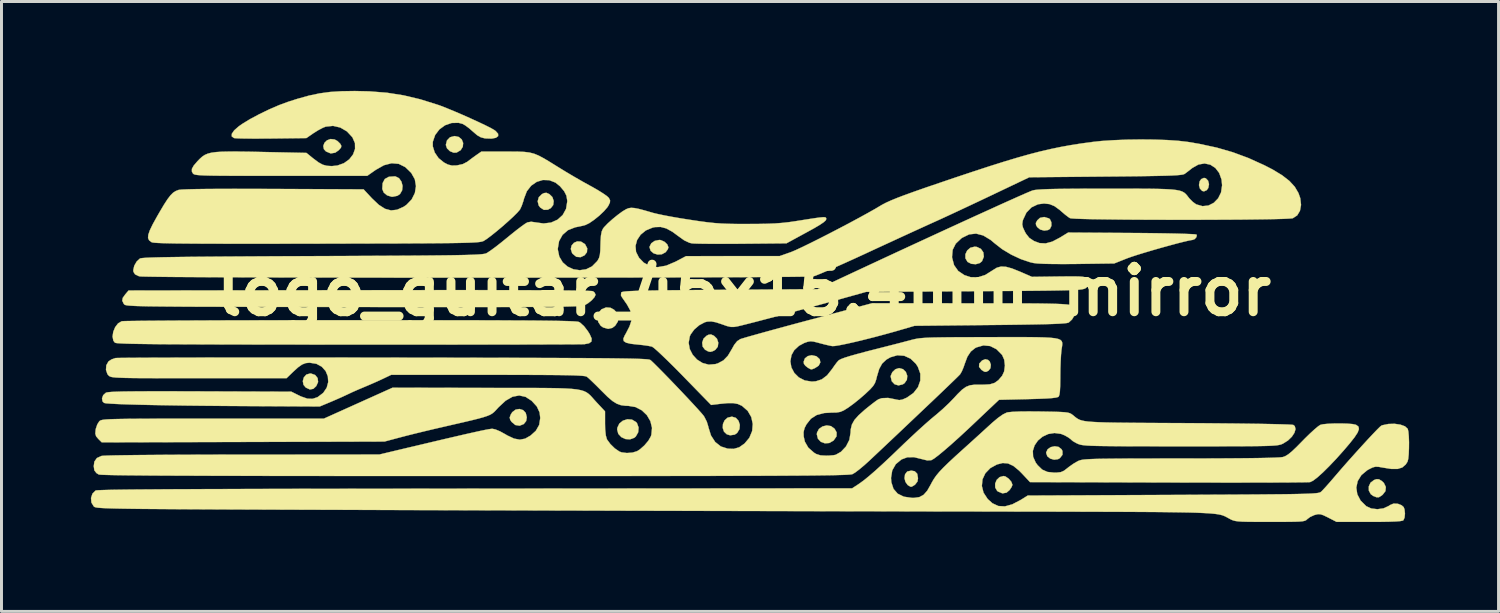
<source format=kicad_pcb>
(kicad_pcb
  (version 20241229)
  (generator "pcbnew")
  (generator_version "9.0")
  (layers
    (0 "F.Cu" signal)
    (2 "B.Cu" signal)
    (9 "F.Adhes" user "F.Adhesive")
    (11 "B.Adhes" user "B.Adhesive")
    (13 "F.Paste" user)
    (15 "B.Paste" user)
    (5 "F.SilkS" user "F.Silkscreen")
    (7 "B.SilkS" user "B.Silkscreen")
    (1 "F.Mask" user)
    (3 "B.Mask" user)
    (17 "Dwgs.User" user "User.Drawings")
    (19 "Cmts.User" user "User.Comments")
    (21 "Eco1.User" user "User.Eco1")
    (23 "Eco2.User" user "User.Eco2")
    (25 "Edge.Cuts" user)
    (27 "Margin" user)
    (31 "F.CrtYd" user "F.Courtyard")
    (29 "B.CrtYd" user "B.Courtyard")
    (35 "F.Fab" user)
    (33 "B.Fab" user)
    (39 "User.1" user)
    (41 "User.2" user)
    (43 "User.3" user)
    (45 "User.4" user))
  (footprint "logo_guitar_45x15.4mm_mirror"
    (layer "F.Cu")
    (at 21.919 6.723)
    (property "Reference" "logo_guitar_45x15.4mm_mirror" (at 0 0 0) (layer "F.SilkS") (effects (font (size 1.524 1.524) (thickness 0.3))))
    (attr through_hole)
    (fp_poly (pts (xy 15.348 -3.763) (xy 15.295 -3.69) (xy 15.271 -3.562) (xy 15.303 -3.444) (xy 15.377 -3.366) (xy 15.439 -3.35) (xy 15.531 -3.391) (xy 15.583 -3.464) (xy 15.607 -3.592) (xy 15.576 -3.71) (xy 15.501 -3.788) (xy 15.439 -3.803) (xy 15.348 -3.763)) (stroke (width 0.01) (type solid)) (fill yes) (layer "F.SilkS"))
    (fp_poly (pts (xy -14.688 2.799) (xy -14.772 2.894) (xy -14.806 3.017) (xy -14.783 3.143) (xy -14.705 3.235) (xy -14.568 3.298) (xy -14.452 3.276) (xy -14.355 3.185) (xy -14.293 3.047) (xy -14.309 2.916) (xy -14.391 2.813) (xy -14.528 2.764) (xy -14.562 2.762) (xy -14.688 2.799)) (stroke (width 0.01) (type solid)) (fill yes) (layer "F.SilkS"))
    (fp_poly (pts (xy -9.864 -5.167) (xy -9.968 -5.06) (xy -10.006 -4.909) (xy -9.966 -4.793) (xy -9.867 -4.698) (xy -9.741 -4.648) (xy -9.644 -4.653) (xy -9.509 -4.732) (xy -9.437 -4.847) (xy -9.425 -4.974) (xy -9.471 -5.091) (xy -9.571 -5.176) (xy -9.712 -5.207) (xy -9.864 -5.167)) (stroke (width 0.01) (type solid)) (fill yes) (layer "F.SilkS"))
    (fp_poly (pts (xy -13.995 -5.063) (xy -14.08 -4.979) (xy -14.119 -4.873) (xy -14.098 -4.766) (xy -14.028 -4.69) (xy -13.87 -4.624) (xy -13.717 -4.649) (xy -13.599 -4.733) (xy -13.526 -4.816) (xy -13.513 -4.877) (xy -13.55 -4.949) (xy -13.643 -5.04) (xy -13.738 -5.092) (xy -13.876 -5.107) (xy -13.995 -5.063)) (stroke (width 0.01) (type solid)) (fill yes) (layer "F.SilkS"))
    (fp_poly (pts (xy -7.662 3.974) (xy -7.776 4.059) (xy -7.826 4.138) (xy -7.863 4.238) (xy -7.846 4.316) (xy -7.799 4.386) (xy -7.674 4.491) (xy -7.529 4.514) (xy -7.391 4.459) (xy -7.31 4.358) (xy -7.289 4.232) (xy -7.324 4.085) (xy -7.413 3.991) (xy -7.533 3.953) (xy -7.662 3.974)) (stroke (width 0.01) (type solid)) (fill yes) (layer "F.SilkS"))
    (fp_poly (pts (xy -5.707 -1.624) (xy -5.785 -1.534) (xy -5.812 -1.417) (xy -5.771 -1.286) (xy -5.748 -1.252) (xy -5.624 -1.153) (xy -5.483 -1.142) (xy -5.353 -1.202) (xy -5.27 -1.308) (xy -5.261 -1.439) (xy -5.328 -1.569) (xy -5.343 -1.585) (xy -5.469 -1.664) (xy -5.596 -1.672) (xy -5.707 -1.624)) (stroke (width 0.01) (type solid)) (fill yes) (layer "F.SilkS"))
    (fp_poly (pts (xy 5.082 2.62) (xy 4.978 2.719) (xy 4.925 2.843) (xy 4.924 2.868) (xy 4.96 3.022) (xy 5.055 3.123) (xy 5.185 3.162) (xy 5.329 3.127) (xy 5.389 3.087) (xy 5.468 2.974) (xy 5.48 2.84) (xy 5.434 2.712) (xy 5.338 2.617) (xy 5.207 2.581) (xy 5.082 2.62)) (stroke (width 0.01) (type solid)) (fill yes) (layer "F.SilkS"))
    (fp_poly (pts (xy 5.48 6.052) (xy 5.406 6.146) (xy 5.388 6.277) (xy 5.419 6.4) (xy 5.495 6.506) (xy 5.59 6.562) (xy 5.614 6.565) (xy 5.666 6.542) (xy 5.74 6.495) (xy 5.823 6.388) (xy 5.841 6.277) (xy 5.814 6.126) (xy 5.731 6.043) (xy 5.614 6.022) (xy 5.48 6.052)) (stroke (width 0.01) (type solid)) (fill yes) (layer "F.SilkS"))
    (fp_poly (pts (xy 9.935 -2.461) (xy 9.843 -2.377) (xy 9.796 -2.288) (xy 9.803 -2.219) (xy 9.843 -2.151) (xy 9.942 -2.069) (xy 10.077 -2.034) (xy 10.207 -2.053) (xy 10.269 -2.092) (xy 10.318 -2.192) (xy 10.316 -2.314) (xy 10.269 -2.416) (xy 10.235 -2.443) (xy 10.076 -2.49) (xy 9.935 -2.461)) (stroke (width 0.01) (type solid)) (fill yes) (layer "F.SilkS"))
    (fp_poly (pts (xy 10.298 5.233) (xy 10.194 5.303) (xy 10.143 5.408) (xy 10.142 5.429) (xy 10.181 5.54) (xy 10.28 5.619) (xy 10.409 5.655) (xy 10.54 5.638) (xy 10.602 5.603) (xy 10.69 5.489) (xy 10.689 5.364) (xy 10.657 5.303) (xy 10.558 5.226) (xy 10.429 5.205) (xy 10.298 5.233)) (stroke (width 0.01) (type solid)) (fill yes) (layer "F.SilkS"))
    (fp_poly (pts (xy -6.71 -3.293) (xy -6.78 -3.258) (xy -6.886 -3.154) (xy -6.924 -3.017) (xy -6.889 -2.876) (xy -6.839 -2.81) (xy -6.714 -2.729) (xy -6.582 -2.735) (xy -6.482 -2.789) (xy -6.402 -2.893) (xy -6.386 -3.027) (xy -6.43 -3.159) (xy -6.531 -3.258) (xy -6.531 -3.258) (xy -6.63 -3.302) (xy -6.71 -3.293)) (stroke (width 0.01) (type solid)) (fill yes) (layer "F.SilkS"))
    (fp_poly (pts (xy -0.55 4.245) (xy -0.65 4.335) (xy -0.705 4.457) (xy -0.712 4.59) (xy -0.671 4.713) (xy -0.577 4.802) (xy -0.465 4.836) (xy -0.311 4.814) (xy -0.229 4.757) (xy -0.152 4.629) (xy -0.139 4.486) (xy -0.182 4.351) (xy -0.272 4.251) (xy -0.402 4.211) (xy -0.407 4.211) (xy -0.55 4.245)) (stroke (width 0.01) (type solid)) (fill yes) (layer "F.SilkS"))
    (fp_poly (pts (xy 2.635 4.54) (xy 2.518 4.622) (xy 2.452 4.745) (xy 2.445 4.805) (xy 2.483 4.952) (xy 2.58 5.055) (xy 2.715 5.105) (xy 2.863 5.095) (xy 3.001 5.016) (xy 3.013 5.005) (xy 3.106 4.871) (xy 3.11 4.739) (xy 3.039 4.614) (xy 2.92 4.528) (xy 2.777 4.505) (xy 2.635 4.54)) (stroke (width 0.01) (type solid)) (fill yes) (layer "F.SilkS"))
    (fp_poly (pts (xy 7.598 -1.458) (xy 7.491 -1.365) (xy 7.432 -1.24) (xy 7.432 -1.105) (xy 7.502 -0.986) (xy 7.508 -0.98) (xy 7.632 -0.918) (xy 7.78 -0.906) (xy 7.916 -0.945) (xy 7.989 -1.006) (xy 8.05 -1.158) (xy 8.034 -1.303) (xy 7.953 -1.42) (xy 7.817 -1.486) (xy 7.742 -1.494) (xy 7.598 -1.458)) (stroke (width 0.01) (type solid)) (fill yes) (layer "F.SilkS"))
    (fp_poly (pts (xy 7.998 2.323) (xy 7.988 2.33) (xy 7.897 2.429) (xy 7.89 2.538) (xy 7.97 2.64) (xy 7.979 2.646) (xy 8.066 2.701) (xy 8.126 2.708) (xy 8.204 2.669) (xy 8.206 2.668) (xy 8.272 2.584) (xy 8.285 2.468) (xy 8.247 2.358) (xy 8.192 2.307) (xy 8.099 2.283) (xy 7.998 2.323)) (stroke (width 0.01) (type solid)) (fill yes) (layer "F.SilkS"))
    (fp_poly (pts (xy -11.918 -3.84) (xy -12.054 -3.766) (xy -12.127 -3.628) (xy -12.139 -3.43) (xy -12.09 -3.31) (xy -11.978 -3.217) (xy -11.829 -3.171) (xy -11.794 -3.169) (xy -11.633 -3.202) (xy -11.545 -3.26) (xy -11.473 -3.385) (xy -11.458 -3.533) (xy -11.496 -3.677) (xy -11.577 -3.792) (xy -11.694 -3.851) (xy -11.715 -3.854) (xy -11.918 -3.84)) (stroke (width 0.01) (type solid)) (fill yes) (layer "F.SilkS"))
    (fp_poly (pts (xy -4.782 0.608) (xy -4.784 0.61) (xy -4.882 0.728) (xy -4.917 0.878) (xy -4.891 1.033) (xy -4.807 1.161) (xy -4.726 1.217) (xy -4.559 1.264) (xy -4.419 1.232) (xy -4.322 1.157) (xy -4.232 1.017) (xy -4.217 0.871) (xy -4.262 0.735) (xy -4.355 0.625) (xy -4.481 0.556) (xy -4.628 0.545) (xy -4.782 0.608)) (stroke (width 0.01) (type solid)) (fill yes) (layer "F.SilkS"))
    (fp_poly (pts (xy -4.063 4.345) (xy -4.183 4.443) (xy -4.249 4.581) (xy -4.256 4.645) (xy -4.217 4.79) (xy -4.115 4.898) (xy -3.976 4.962) (xy -3.824 4.972) (xy -3.682 4.92) (xy -3.63 4.876) (xy -3.55 4.734) (xy -3.537 4.574) (xy -3.591 4.428) (xy -3.622 4.392) (xy -3.759 4.31) (xy -3.913 4.298) (xy -4.063 4.345)) (stroke (width 0.01) (type solid)) (fill yes) (layer "F.SilkS"))
    (fp_poly (pts (xy -2.994 -1.689) (xy -3.111 -1.608) (xy -3.167 -1.497) (xy -3.169 -1.471) (xy -3.131 -1.354) (xy -3.031 -1.27) (xy -2.898 -1.23) (xy -2.757 -1.239) (xy -2.633 -1.306) (xy -2.626 -1.313) (xy -2.559 -1.403) (xy -2.535 -1.471) (xy -2.575 -1.572) (xy -2.672 -1.662) (xy -2.794 -1.715) (xy -2.842 -1.72) (xy -2.994 -1.689)) (stroke (width 0.01) (type solid)) (fill yes) (layer "F.SilkS"))
    (fp_poly (pts (xy 2.141 2.179) (xy 2.044 2.256) (xy 2.003 2.367) (xy 2.013 2.44) (xy 2.061 2.502) (xy 2.147 2.57) (xy 2.234 2.617) (xy 2.277 2.623) (xy 2.321 2.606) (xy 2.379 2.583) (xy 2.508 2.498) (xy 2.563 2.391) (xy 2.542 2.282) (xy 2.441 2.191) (xy 2.419 2.18) (xy 2.273 2.149) (xy 2.141 2.179)) (stroke (width 0.01) (type solid)) (fill yes) (layer "F.SilkS"))
    (fp_poly (pts (xy 8.58 6.24) (xy 8.482 6.333) (xy 8.43 6.458) (xy 8.432 6.589) (xy 8.497 6.701) (xy 8.522 6.721) (xy 8.674 6.785) (xy 8.813 6.761) (xy 8.916 6.672) (xy 8.981 6.574) (xy 9.01 6.5) (xy 9.01 6.497) (xy 8.973 6.396) (xy 8.885 6.293) (xy 8.778 6.219) (xy 8.712 6.203) (xy 8.58 6.24)) (stroke (width 0.01) (type solid)) (fill yes) (layer "F.SilkS"))
    (fp_poly (pts (xy 21.146 6.338) (xy 21.028 6.427) (xy 20.97 6.554) (xy 20.972 6.692) (xy 21.037 6.813) (xy 21.122 6.874) (xy 21.232 6.917) (xy 21.309 6.915) (xy 21.397 6.861) (xy 21.435 6.831) (xy 21.529 6.71) (xy 21.542 6.571) (xy 21.476 6.435) (xy 21.407 6.37) (xy 21.31 6.312) (xy 21.224 6.31) (xy 21.146 6.338)) (stroke (width 0.01) (type solid)) (fill yes) (layer "F.SilkS"))
    (fp_poly (pts (xy -1.187 1.461) (xy -1.256 1.496) (xy -1.358 1.594) (xy -1.402 1.726) (xy -1.386 1.86) (xy -1.306 1.965) (xy -1.305 1.965) (xy -1.204 2.02) (xy -1.132 2.037) (xy -1.044 2.013) (xy -0.958 1.965) (xy -0.878 1.861) (xy -0.862 1.727) (xy -0.906 1.595) (xy -1.007 1.496) (xy -1.007 1.496) (xy -1.106 1.452) (xy -1.187 1.461)) (stroke (width 0.01) (type solid)) (fill yes) (layer "F.SilkS"))
    (fp_poly (pts (xy -11.004 -0.036) (xy -12.05 -0.035) (xy -12.905 -0.034) (xy -20.654 -0.023) (xy -20.763 0.104) (xy -20.849 0.224) (xy -20.866 0.319) (xy -20.817 0.42) (xy -20.808 0.433) (xy -20.798 0.444) (xy -20.784 0.454) (xy -20.76 0.464) (xy -20.723 0.472) (xy -20.669 0.48) (xy -20.594 0.486) (xy -20.494 0.492) (xy -20.364 0.498) (xy -20.201 0.502) (xy -20 0.507) (xy -19.758 0.51) (xy -19.47 0.513) (xy -19.133 0.516) (xy -18.742 0.519) (xy -18.293 0.521) (xy -17.782 0.522) (xy -17.205 0.524) (xy -16.559 0.525) (xy -15.838 0.527) (xy -15.04 0.528) (xy -14.159 0.529) (xy -13.192 0.53) (xy -13.122 0.53) (xy -12.123 0.532) (xy -11.21 0.532) (xy -10.38 0.533) (xy -9.629 0.533) (xy -8.955 0.533) (xy -8.352 0.532) (xy -7.817 0.531) (xy -7.346 0.529) (xy -6.937 0.527) (xy -6.584 0.524) (xy -6.285 0.521) (xy -6.035 0.517) (xy -5.83 0.512) (xy -5.668 0.507) (xy -5.544 0.501) (xy -5.455 0.495) (xy -5.397 0.488) (xy -5.366 0.48) (xy -5.365 0.48) (xy -5.229 0.401) (xy -5.104 0.299) (xy -5.014 0.196) (xy -4.98 0.117) (xy -5.016 0.043) (xy -5.069 0.001) (xy -5.12 -0.006) (xy -5.249 -0.012) (xy -5.455 -0.017) (xy -5.741 -0.022) (xy -6.107 -0.026) (xy -6.554 -0.029) (xy -7.084 -0.032) (xy -7.697 -0.034) (xy -8.394 -0.036) (xy -9.177 -0.037) (xy -10.047 -0.037) (xy -11.004 -0.036)) (stroke (width 0.01) (type solid)) (fill yes) (layer "F.SilkS"))
    (fp_poly (pts (xy -14.042 0.974) (xy -14.839 0.974) (xy -15.609 0.975) (xy -16.345 0.977) (xy -17.043 0.978) (xy -17.699 0.98) (xy -18.307 0.983) (xy -18.863 0.985) (xy -19.361 0.988) (xy -19.798 0.991) (xy -20.168 0.994) (xy -20.467 0.998) (xy -20.689 1.001) (xy -20.83 1.005) (xy -20.885 1.009) (xy -21.007 1.081) (xy -21.104 1.208) (xy -21.168 1.363) (xy -21.191 1.522) (xy -21.165 1.659) (xy -21.114 1.726) (xy -21.093 1.734) (xy -21.048 1.742) (xy -20.974 1.748) (xy -20.868 1.754) (xy -20.726 1.76) (xy -20.545 1.765) (xy -20.32 1.769) (xy -20.049 1.773) (xy -19.727 1.777) (xy -19.35 1.78) (xy -18.915 1.782) (xy -18.418 1.784) (xy -17.856 1.786) (xy -17.223 1.788) (xy -16.518 1.789) (xy -15.735 1.79) (xy -14.872 1.791) (xy -13.925 1.792) (xy -13.293 1.792) (xy -12.459 1.792) (xy -11.649 1.792) (xy -10.865 1.792) (xy -10.114 1.792) (xy -9.401 1.791) (xy -8.729 1.791) (xy -8.104 1.79) (xy -7.53 1.789) (xy -7.013 1.788) (xy -6.556 1.786) (xy -6.166 1.785) (xy -5.846 1.783) (xy -5.602 1.782) (xy -5.438 1.78) (xy -5.358 1.778) (xy -5.354 1.778) (xy -5.199 1.748) (xy -5.119 1.689) (xy -5.112 1.59) (xy -5.176 1.444) (xy -5.239 1.343) (xy -5.362 1.181) (xy -5.485 1.067) (xy -5.543 1.032) (xy -5.577 1.024) (xy -5.642 1.017) (xy -5.741 1.011) (xy -5.878 1.005) (xy -6.058 1) (xy -6.283 0.995) (xy -6.557 0.991) (xy -6.884 0.987) (xy -7.268 0.984) (xy -7.712 0.982) (xy -8.219 0.979) (xy -8.793 0.977) (xy -9.439 0.976) (xy -10.159 0.975) (xy -10.957 0.974) (xy -11.838 0.974) (xy -12.803 0.973) (xy -13.221 0.973) (xy -14.042 0.974)) (stroke (width 0.01) (type solid)) (fill yes) (layer "F.SilkS"))
    (fp_poly (pts (xy -13.503 -6.711) (xy -13.887 -6.687) (xy -14.243 -6.639) (xy -14.599 -6.564) (xy -14.987 -6.456) (xy -15.301 -6.356) (xy -15.607 -6.243) (xy -15.939 -6.099) (xy -16.272 -5.938) (xy -16.582 -5.772) (xy -16.843 -5.612) (xy -16.958 -5.531) (xy -17.109 -5.398) (xy -17.188 -5.284) (xy -17.192 -5.196) (xy -17.118 -5.142) (xy -17.105 -5.138) (xy -17.032 -5.132) (xy -16.882 -5.126) (xy -16.669 -5.123) (xy -16.405 -5.122) (xy -16.105 -5.123) (xy -15.843 -5.125) (xy -14.686 -5.139) (xy -14.44 -5.309) (xy -14.284 -5.406) (xy -14.133 -5.485) (xy -14.038 -5.523) (xy -13.792 -5.549) (xy -13.548 -5.493) (xy -13.325 -5.363) (xy -13.142 -5.166) (xy -13.139 -5.16) (xy -13.056 -4.97) (xy -13.053 -4.775) (xy -13.12 -4.589) (xy -13.247 -4.425) (xy -13.425 -4.297) (xy -13.644 -4.218) (xy -13.833 -4.198) (xy -13.997 -4.208) (xy -14.136 -4.245) (xy -14.277 -4.322) (xy -14.449 -4.45) (xy -14.484 -4.478) (xy -14.684 -4.641) (xy -16.091 -4.671) (xy -16.56 -4.681) (xy -16.947 -4.686) (xy -17.262 -4.687) (xy -17.515 -4.682) (xy -17.716 -4.669) (xy -17.873 -4.648) (xy -17.997 -4.616) (xy -18.096 -4.573) (xy -18.18 -4.517) (xy -18.259 -4.447) (xy -18.342 -4.362) (xy -18.468 -4.215) (xy -18.528 -4.106) (xy -18.529 -4.017) (xy -18.496 -3.955) (xy -18.48 -3.938) (xy -18.455 -3.923) (xy -18.414 -3.911) (xy -18.351 -3.901) (xy -18.258 -3.893) (xy -18.129 -3.886) (xy -17.958 -3.881) (xy -17.737 -3.877) (xy -17.461 -3.875) (xy -17.122 -3.873) (xy -16.713 -3.872) (xy -16.229 -3.872) (xy -15.662 -3.872) (xy -15.539 -3.872) (xy -12.644 -3.872) (xy -12.359 -4.072) (xy -12.083 -4.228) (xy -11.826 -4.295) (xy -11.587 -4.274) (xy -11.366 -4.164) (xy -11.167 -3.97) (xy -11.047 -3.757) (xy -11.008 -3.527) (xy -11.045 -3.295) (xy -11.153 -3.079) (xy -11.33 -2.896) (xy -11.426 -2.831) (xy -11.643 -2.734) (xy -11.846 -2.711) (xy -12.047 -2.765) (xy -12.256 -2.899) (xy -12.484 -3.115) (xy -12.766 -3.418) (xy -15.789 -3.432) (xy -16.491 -3.434) (xy -17.103 -3.435) (xy -17.627 -3.434) (xy -18.064 -3.431) (xy -18.415 -3.426) (xy -18.682 -3.419) (xy -18.865 -3.411) (xy -18.967 -3.4) (xy -18.979 -3.397) (xy -19.072 -3.361) (xy -19.159 -3.305) (xy -19.248 -3.216) (xy -19.348 -3.085) (xy -19.468 -2.9) (xy -19.616 -2.65) (xy -19.694 -2.515) (xy -19.842 -2.248) (xy -19.94 -2.045) (xy -19.992 -1.894) (xy -20 -1.786) (xy -19.965 -1.708) (xy -19.89 -1.65) (xy -19.876 -1.643) (xy -19.842 -1.634) (xy -19.773 -1.626) (xy -19.666 -1.619) (xy -19.517 -1.613) (xy -19.32 -1.608) (xy -19.073 -1.603) (xy -18.771 -1.6) (xy -18.409 -1.597) (xy -17.984 -1.595) (xy -17.491 -1.594) (xy -16.927 -1.593) (xy -16.286 -1.593) (xy -15.565 -1.594) (xy -14.76 -1.595) (xy -14.33 -1.596) (xy -13.512 -1.598) (xy -12.78 -1.6) (xy -12.129 -1.602) (xy -11.553 -1.603) (xy -11.049 -1.606) (xy -10.61 -1.608) (xy -10.233 -1.611) (xy -9.912 -1.614) (xy -9.643 -1.618) (xy -9.42 -1.623) (xy -9.239 -1.628) (xy -9.095 -1.634) (xy -8.983 -1.641) (xy -8.897 -1.649) (xy -8.834 -1.658) (xy -8.789 -1.668) (xy -8.755 -1.679) (xy -8.738 -1.686) (xy -8.633 -1.753) (xy -8.482 -1.866) (xy -8.301 -2.011) (xy -8.107 -2.174) (xy -7.917 -2.342) (xy -7.745 -2.5) (xy -7.61 -2.634) (xy -7.526 -2.73) (xy -7.516 -2.744) (xy -7.459 -2.866) (xy -7.403 -3.029) (xy -7.38 -3.115) (xy -7.287 -3.356) (xy -7.141 -3.542) (xy -6.956 -3.67) (xy -6.749 -3.733) (xy -6.534 -3.726) (xy -6.326 -3.645) (xy -6.173 -3.521) (xy -6.034 -3.355) (xy -5.959 -3.207) (xy -5.932 -3.047) (xy -5.931 -3.009) (xy -5.971 -2.763) (xy -6.084 -2.557) (xy -6.255 -2.401) (xy -6.474 -2.303) (xy -6.726 -2.273) (xy -6.946 -2.303) (xy -7.142 -2.331) (xy -7.268 -2.309) (xy -7.343 -2.265) (xy -7.472 -2.173) (xy -7.64 -2.045) (xy -7.831 -1.892) (xy -7.938 -1.804) (xy -8.14 -1.64) (xy -8.33 -1.491) (xy -8.492 -1.372) (xy -8.61 -1.293) (xy -8.648 -1.272) (xy -8.678 -1.261) (xy -8.723 -1.252) (xy -8.787 -1.243) (xy -8.875 -1.235) (xy -8.991 -1.228) (xy -9.141 -1.222) (xy -9.329 -1.216) (xy -9.559 -1.211) (xy -9.837 -1.206) (xy -10.166 -1.202) (xy -10.553 -1.198) (xy -11.001 -1.194) (xy -11.515 -1.191) (xy -12.1 -1.188) (xy -12.761 -1.185) (xy -13.502 -1.181) (xy -14.328 -1.178) (xy -14.488 -1.177) (xy -15.357 -1.174) (xy -16.14 -1.17) (xy -16.839 -1.166) (xy -17.461 -1.162) (xy -18.008 -1.158) (xy -18.484 -1.154) (xy -18.895 -1.149) (xy -19.243 -1.144) (xy -19.533 -1.139) (xy -19.768 -1.133) (xy -19.954 -1.127) (xy -20.093 -1.12) (xy -20.19 -1.112) (xy -20.25 -1.104) (xy -20.272 -1.097) (xy -20.382 -0.996) (xy -20.463 -0.854) (xy -20.496 -0.709) (xy -20.491 -0.653) (xy -20.437 -0.566) (xy -20.315 -0.507) (xy -20.287 -0.499) (xy -20.225 -0.494) (xy -20.077 -0.49) (xy -19.848 -0.486) (xy -19.543 -0.482) (xy -19.166 -0.478) (xy -18.723 -0.475) (xy -18.217 -0.472) (xy -17.654 -0.469) (xy -17.039 -0.467) (xy -16.376 -0.464) (xy -15.669 -0.462) (xy -14.925 -0.46) (xy -14.147 -0.459) (xy -13.34 -0.457) (xy -12.508 -0.456) (xy -11.658 -0.455) (xy -10.793 -0.455) (xy -9.918 -0.454) (xy -9.038 -0.454) (xy -8.158 -0.455) (xy -7.282 -0.455) (xy -6.415 -0.456) (xy -5.562 -0.456) (xy -4.728 -0.458) (xy -3.918 -0.459) (xy -3.135 -0.461) (xy -2.385 -0.462) (xy -1.673 -0.465) (xy -1.004 -0.467) (xy -0.381 -0.469) (xy 0.189 -0.472) (xy 0.703 -0.475) (xy 1.156 -0.479) (xy 1.542 -0.482) (xy 1.858 -0.486) (xy 2.098 -0.49) (xy 2.257 -0.495) (xy 2.331 -0.499) (xy 2.334 -0.5) (xy 2.415 -0.527) (xy 2.568 -0.589) (xy 2.783 -0.68) (xy 3.05 -0.797) (xy 3.358 -0.934) (xy 3.698 -1.088) (xy 4.06 -1.254) (xy 4.145 -1.294) (xy 4.534 -1.474) (xy 4.925 -1.654) (xy 5.302 -1.828) (xy 5.653 -1.989) (xy 5.964 -2.131) (xy 6.22 -2.248) (xy 6.407 -2.332) (xy 6.616 -2.427) (xy 6.889 -2.553) (xy 7.209 -2.702) (xy 7.558 -2.866) (xy 7.918 -3.035) (xy 8.272 -3.203) (xy 8.308 -3.22) (xy 9.576 -3.824) (xy 12.137 -3.848) (xy 12.694 -3.853) (xy 13.168 -3.858) (xy 13.564 -3.864) (xy 13.891 -3.87) (xy 14.155 -3.876) (xy 14.362 -3.883) (xy 14.52 -3.892) (xy 14.635 -3.902) (xy 14.715 -3.913) (xy 14.766 -3.926) (xy 14.792 -3.939) (xy 14.887 -4.01) (xy 15.009 -4.105) (xy 15.048 -4.136) (xy 15.254 -4.252) (xy 15.459 -4.287) (xy 15.652 -4.246) (xy 15.82 -4.137) (xy 15.949 -3.969) (xy 16.029 -3.746) (xy 16.047 -3.554) (xy 16.012 -3.315) (xy 15.914 -3.116) (xy 15.768 -2.966) (xy 15.589 -2.875) (xy 15.389 -2.854) (xy 15.182 -2.913) (xy 15.173 -2.918) (xy 15.065 -2.996) (xy 14.951 -3.11) (xy 14.92 -3.149) (xy 14.872 -3.212) (xy 14.825 -3.265) (xy 14.773 -3.309) (xy 14.707 -3.345) (xy 14.621 -3.374) (xy 14.506 -3.396) (xy 14.354 -3.413) (xy 14.159 -3.425) (xy 13.912 -3.433) (xy 13.606 -3.438) (xy 13.233 -3.44) (xy 12.786 -3.441) (xy 12.257 -3.441) (xy 12.188 -3.441) (xy 11.641 -3.441) (xy 11.177 -3.439) (xy 10.79 -3.436) (xy 10.473 -3.432) (xy 10.219 -3.426) (xy 10.021 -3.418) (xy 9.872 -3.408) (xy 9.766 -3.397) (xy 9.694 -3.382) (xy 9.685 -3.38) (xy 9.607 -3.349) (xy 9.454 -3.284) (xy 9.231 -3.186) (xy 8.945 -3.058) (xy 8.602 -2.904) (xy 8.21 -2.725) (xy 7.773 -2.527) (xy 7.299 -2.31) (xy 6.794 -2.078) (xy 6.265 -1.834) (xy 5.717 -1.581) (xy 5.157 -1.322) (xy 4.591 -1.059) (xy 4.027 -0.796) (xy 3.645 -0.618) (xy 2.468 -0.068) (xy -0.805 -0.045) (xy -1.437 -0.041) (xy -1.983 -0.036) (xy -2.451 -0.032) (xy -2.847 -0.027) (xy -3.175 -0.022) (xy -3.443 -0.017) (xy -3.657 -0.01) (xy -3.821 -0.003) (xy -3.943 0.005) (xy -4.028 0.014) (xy -4.082 0.025) (xy -4.112 0.037) (xy -4.12 0.045) (xy -4.129 0.141) (xy -4.095 0.203) (xy -3.926 0.446) (xy -3.818 0.644) (xy -3.769 0.819) (xy -3.778 0.991) (xy -3.842 1.183) (xy -3.961 1.415) (xy -4.005 1.491) (xy -4.049 1.597) (xy -4.035 1.674) (xy -3.954 1.728) (xy -3.798 1.765) (xy -3.591 1.788) (xy -3.396 1.808) (xy -3.224 1.832) (xy -3.103 1.856) (xy -3.08 1.864) (xy -3.02 1.906) (xy -2.906 2.005) (xy -2.748 2.153) (xy -2.554 2.34) (xy -2.333 2.558) (xy -2.095 2.799) (xy -2.034 2.862) (xy -1.102 3.818) (xy -0.811 3.782) (xy -0.551 3.757) (xy -0.357 3.757) (xy -0.207 3.785) (xy -0.079 3.842) (xy -0.063 3.851) (xy 0.125 4.016) (xy 0.245 4.223) (xy 0.295 4.455) (xy 0.275 4.693) (xy 0.181 4.92) (xy 0.019 5.113) (xy -0.16 5.239) (xy -0.343 5.292) (xy -0.544 5.285) (xy -0.776 5.211) (xy -0.966 5.061) (xy -1.107 4.843) (xy -1.194 4.565) (xy -1.198 4.541) (xy -1.247 4.381) (xy -1.33 4.217) (xy -1.356 4.178) (xy -1.424 4.096) (xy -1.542 3.964) (xy -1.7 3.792) (xy -1.887 3.591) (xy -2.092 3.374) (xy -2.305 3.15) (xy -2.515 2.932) (xy -2.712 2.73) (xy -2.885 2.555) (xy -3.023 2.418) (xy -3.115 2.331) (xy -3.142 2.309) (xy -3.161 2.301) (xy -3.197 2.293) (xy -3.255 2.286) (xy -3.336 2.28) (xy -3.446 2.274) (xy -3.588 2.269) (xy -3.764 2.264) (xy -3.98 2.26) (xy -4.239 2.256) (xy -4.544 2.252) (xy -4.899 2.249) (xy -5.308 2.246) (xy -5.775 2.244) (xy -6.302 2.241) (xy -6.894 2.239) (xy -7.554 2.237) (xy -8.286 2.236) (xy -9.094 2.234) (xy -9.981 2.232) (xy -10.952 2.231) (xy -12.008 2.229) (xy -12.089 2.229) (xy -12.979 2.228) (xy -13.847 2.227) (xy -14.687 2.227) (xy -15.495 2.227) (xy -16.267 2.227) (xy -16.997 2.227) (xy -17.683 2.227) (xy -18.319 2.228) (xy -18.901 2.229) (xy -19.424 2.231) (xy -19.884 2.232) (xy -20.277 2.234) (xy -20.597 2.236) (xy -20.842 2.238) (xy -21.006 2.24) (xy -21.085 2.243) (xy -21.09 2.243) (xy -21.223 2.288) (xy -21.328 2.357) (xy -21.401 2.486) (xy -21.412 2.641) (xy -21.363 2.784) (xy -21.32 2.834) (xy -21.298 2.851) (xy -21.269 2.866) (xy -21.225 2.879) (xy -21.16 2.889) (xy -21.068 2.898) (xy -20.941 2.904) (xy -20.774 2.91) (xy -20.558 2.914) (xy -20.289 2.917) (xy -19.958 2.918) (xy -19.559 2.92) (xy -19.086 2.92) (xy -18.532 2.92) (xy -18.289 2.92) (xy -15.352 2.92) (xy -15.135 2.71) (xy -14.966 2.556) (xy -14.831 2.461) (xy -14.709 2.413) (xy -14.58 2.4) (xy -14.35 2.436) (xy -14.168 2.535) (xy -14.039 2.681) (xy -13.966 2.858) (xy -13.953 3.049) (xy -14.004 3.24) (xy -14.121 3.413) (xy -14.309 3.555) (xy -14.316 3.558) (xy -14.479 3.613) (xy -14.654 3.606) (xy -14.863 3.534) (xy -14.941 3.497) (xy -15.19 3.373) (xy -18.246 3.362) (xy -18.876 3.36) (xy -19.421 3.359) (xy -19.886 3.359) (xy -20.278 3.361) (xy -20.601 3.363) (xy -20.862 3.367) (xy -21.066 3.373) (xy -21.218 3.38) (xy -21.325 3.389) (xy -21.391 3.4) (xy -21.416 3.408) (xy -21.506 3.49) (xy -21.545 3.597) (xy -21.528 3.698) (xy -21.475 3.75) (xy -21.406 3.763) (xy -21.25 3.775) (xy -21.012 3.787) (xy -20.697 3.799) (xy -20.308 3.81) (xy -19.849 3.82) (xy -19.326 3.829) (xy -18.742 3.838) (xy -18.101 3.845) (xy -17.408 3.851) (xy -16.667 3.856) (xy -16.322 3.858) (xy -14.239 3.869) (xy -13.893 3.725) (xy -13.69 3.638) (xy -13.482 3.546) (xy -13.313 3.467) (xy -13.304 3.463) (xy -13.132 3.382) (xy -12.924 3.291) (xy -12.745 3.216) (xy -12.533 3.126) (xy -12.301 3.024) (xy -12.134 2.947) (xy -11.84 2.807) (xy -8.601 2.807) (xy -7.967 2.807) (xy -7.416 2.808) (xy -6.945 2.81) (xy -6.546 2.812) (xy -6.215 2.815) (xy -5.944 2.819) (xy -5.729 2.824) (xy -5.562 2.831) (xy -5.439 2.839) (xy -5.354 2.848) (xy -5.3 2.859) (xy -5.272 2.871) (xy -5.207 2.926) (xy -5.094 3.033) (xy -4.949 3.174) (xy -4.788 3.336) (xy -4.778 3.346) (xy -4.576 3.546) (xy -4.412 3.686) (xy -4.269 3.775) (xy -4.129 3.825) (xy -3.974 3.846) (xy -3.881 3.848) (xy -3.64 3.888) (xy -3.428 3.998) (xy -3.258 4.161) (xy -3.14 4.363) (xy -3.086 4.587) (xy -3.108 4.818) (xy -3.127 4.876) (xy -3.209 5.019) (xy -3.341 5.175) (xy -3.492 5.309) (xy -3.586 5.369) (xy -3.742 5.417) (xy -3.93 5.431) (xy -4.106 5.409) (xy -4.18 5.382) (xy -4.335 5.276) (xy -4.486 5.128) (xy -4.596 4.978) (xy -4.6 4.971) (xy -4.637 4.841) (xy -4.659 4.632) (xy -4.663 4.441) (xy -4.663 4.033) (xy -4.939 3.738) (xy -5.023 3.646) (xy -5.093 3.566) (xy -5.157 3.497) (xy -5.221 3.44) (xy -5.292 3.391) (xy -5.377 3.352) (xy -5.482 3.321) (xy -5.615 3.296) (xy -5.783 3.278) (xy -5.991 3.265) (xy -6.248 3.256) (xy -6.559 3.251) (xy -6.932 3.248) (xy -7.373 3.247) (xy -7.889 3.247) (xy -8.487 3.246) (xy -8.659 3.246) (xy -11.794 3.239) (xy -12.949 3.759) (xy -14.104 4.279) (xy -17.826 4.279) (xy -18.493 4.279) (xy -19.076 4.279) (xy -19.579 4.279) (xy -20.01 4.28) (xy -20.374 4.282) (xy -20.677 4.284) (xy -20.924 4.288) (xy -21.123 4.292) (xy -21.278 4.297) (xy -21.396 4.304) (xy -21.482 4.312) (xy -21.543 4.322) (xy -21.584 4.333) (xy -21.612 4.346) (xy -21.631 4.362) (xy -21.639 4.369) (xy -21.704 4.472) (xy -21.752 4.614) (xy -21.759 4.649) (xy -21.77 4.781) (xy -21.743 4.87) (xy -21.671 4.956) (xy -21.553 5.073) (xy -16.81 5.06) (xy -12.066 5.046) (xy -11.545 4.907) (xy -11.323 4.849) (xy -11.04 4.778) (xy -10.723 4.701) (xy -10.4 4.624) (xy -10.187 4.575) (xy -9.759 4.476) (xy -9.41 4.396) (xy -9.131 4.33) (xy -8.911 4.275) (xy -8.742 4.228) (xy -8.615 4.186) (xy -8.519 4.146) (xy -8.447 4.103) (xy -8.387 4.055) (xy -8.332 3.999) (xy -8.271 3.932) (xy -8.24 3.898) (xy -8 3.675) (xy -7.769 3.542) (xy -7.545 3.499) (xy -7.329 3.546) (xy -7.125 3.679) (xy -6.952 3.868) (xy -6.859 4.069) (xy -6.837 4.256) (xy -6.873 4.488) (xy -6.985 4.685) (xy -7.162 4.845) (xy -7.344 4.949) (xy -7.523 4.983) (xy -7.717 4.947) (xy -7.944 4.841) (xy -8.014 4.799) (xy -8.187 4.704) (xy -8.341 4.64) (xy -8.442 4.618) (xy -8.492 4.622) (xy -8.573 4.634) (xy -8.69 4.656) (xy -8.85 4.689) (xy -9.058 4.735) (xy -9.322 4.794) (xy -9.646 4.869) (xy -10.038 4.96) (xy -10.503 5.07) (xy -11.047 5.199) (xy -11.295 5.257) (xy -12.244 5.483) (xy -16.818 5.484) (xy -17.545 5.485) (xy -18.226 5.487) (xy -18.857 5.489) (xy -19.433 5.492) (xy -19.951 5.496) (xy -20.405 5.5) (xy -20.791 5.505) (xy -21.104 5.51) (xy -21.34 5.516) (xy -21.495 5.523) (xy -21.562 5.529) (xy -21.718 5.6) (xy -21.802 5.721) (xy -21.822 5.872) (xy -21.803 6.012) (xy -21.732 6.104) (xy -21.656 6.151) (xy -21.622 6.156) (xy -21.539 6.162) (xy -21.406 6.166) (xy -21.221 6.171) (xy -20.98 6.175) (xy -20.682 6.179) (xy -20.326 6.182) (xy -19.907 6.186) (xy -19.425 6.189) (xy -18.877 6.191) (xy -18.261 6.193) (xy -17.575 6.196) (xy -16.816 6.197) (xy -15.982 6.199) (xy -15.072 6.2) (xy -14.082 6.201) (xy -13.011 6.202) (xy -11.857 6.202) (xy -10.617 6.203) (xy -9.289 6.203) (xy -9.034 6.203) (xy -7.755 6.203) (xy -6.563 6.203) (xy -5.456 6.202) (xy -4.43 6.202) (xy -3.482 6.201) (xy -2.61 6.201) (xy -1.811 6.2) (xy -1.08 6.199) (xy -0.416 6.197) (xy 0.184 6.196) (xy 0.724 6.194) (xy 1.207 6.192) (xy 1.636 6.189) (xy 2.014 6.187) (xy 2.343 6.184) (xy 2.627 6.18) (xy 2.869 6.177) (xy 3.072 6.173) (xy 3.239 6.168) (xy 3.373 6.164) (xy 3.476 6.159) (xy 3.553 6.153) (xy 3.606 6.147) (xy 3.637 6.141) (xy 3.644 6.138) (xy 3.736 6.083) (xy 3.874 5.978) (xy 4.04 5.839) (xy 4.215 5.681) (xy 4.222 5.674) (xy 4.715 5.21) (xy 5.176 4.775) (xy 5.599 4.374) (xy 5.983 4.01) (xy 6.324 3.687) (xy 6.617 3.408) (xy 6.86 3.175) (xy 7.048 2.994) (xy 7.178 2.867) (xy 7.247 2.797) (xy 7.255 2.788) (xy 7.266 2.768) (xy 5.919 2.768) (xy 5.918 3.002) (xy 5.84 3.223) (xy 5.688 3.417) (xy 5.47 3.57) (xy 5.453 3.578) (xy 5.315 3.638) (xy 5.211 3.655) (xy 5.101 3.636) (xy 5.073 3.628) (xy 4.837 3.582) (xy 4.629 3.59) (xy 4.513 3.629) (xy 4.437 3.679) (xy 4.312 3.773) (xy 4.158 3.895) (xy 4.057 3.977) (xy 3.848 4.164) (xy 3.706 4.324) (xy 3.622 4.476) (xy 3.583 4.639) (xy 3.577 4.754) (xy 3.536 4.993) (xy 3.423 5.213) (xy 3.256 5.39) (xy 3.079 5.491) (xy 2.997 5.506) (xy 2.861 5.517) (xy 2.757 5.52) (xy 2.569 5.51) (xy 2.427 5.465) (xy 2.354 5.422) (xy 2.159 5.251) (xy 2.044 5.051) (xy 2.004 4.875) (xy 2 4.721) (xy 2.036 4.588) (xy 2.099 4.466) (xy 2.247 4.279) (xy 2.441 4.155) (xy 2.692 4.089) (xy 2.929 4.075) (xy 3.107 4.071) (xy 3.233 4.05) (xy 3.348 4.001) (xy 3.491 3.912) (xy 3.515 3.895) (xy 3.677 3.777) (xy 3.868 3.624) (xy 4.052 3.465) (xy 4.089 3.431) (xy 4.238 3.29) (xy 4.334 3.182) (xy 4.395 3.084) (xy 4.436 2.969) (xy 4.463 2.858) (xy 4.538 2.609) (xy 4.638 2.428) (xy 4.779 2.296) (xy 4.914 2.218) (xy 5.148 2.15) (xy 5.379 2.167) (xy 5.591 2.264) (xy 5.769 2.435) (xy 5.836 2.538) (xy 5.919 2.768) (xy 7.266 2.768) (xy 7.311 2.692) (xy 7.372 2.547) (xy 7.406 2.446) (xy 7.498 2.199) (xy 7.613 2.025) (xy 7.761 1.907) (xy 7.805 1.885) (xy 8.037 1.819) (xy 8.264 1.841) (xy 8.476 1.948) (xy 8.662 2.137) (xy 8.664 2.139) (xy 8.735 2.3) (xy 8.758 2.497) (xy 8.732 2.693) (xy 8.665 2.838) (xy 8.539 2.986) (xy 8.411 3.078) (xy 8.255 3.125) (xy 8.046 3.138) (xy 7.959 3.137) (xy 7.749 3.137) (xy 7.587 3.158) (xy 7.452 3.211) (xy 7.319 3.306) (xy 7.167 3.455) (xy 7.055 3.577) (xy 6.882 3.756) (xy 6.673 3.953) (xy 6.465 4.134) (xy 6.407 4.181) (xy 6.264 4.3) (xy 6.073 4.468) (xy 5.848 4.671) (xy 5.607 4.895) (xy 5.364 5.124) (xy 5.297 5.189) (xy 4.95 5.522) (xy 4.657 5.797) (xy 4.411 6.021) (xy 4.204 6.2) (xy 4.029 6.343) (xy 3.876 6.455) (xy 3.819 6.493) (xy 3.631 6.616) (xy -9.017 6.626) (xy -10.354 6.628) (xy -11.604 6.629) (xy -12.767 6.63) (xy -13.848 6.632) (xy -14.847 6.633) (xy -15.767 6.635) (xy -16.612 6.637) (xy -17.382 6.64) (xy -18.081 6.642) (xy -18.711 6.645) (xy -19.275 6.647) (xy -19.773 6.651) (xy -20.21 6.654) (xy -20.588 6.657) (xy -20.908 6.661) (xy -21.173 6.665) (xy -21.386 6.67) (xy -21.549 6.675) (xy -21.665 6.68) (xy -21.735 6.685) (xy -21.761 6.69) (xy -21.866 6.795) (xy -21.914 6.94) (xy -21.901 7.093) (xy -21.823 7.221) (xy -21.818 7.226) (xy -21.806 7.235) (xy -21.789 7.244) (xy -21.763 7.252) (xy -21.726 7.26) (xy -21.673 7.267) (xy -21.601 7.273) (xy -21.506 7.279) (xy -21.386 7.284) (xy -21.237 7.289) (xy -21.055 7.294) (xy -20.837 7.298) (xy -20.579 7.302) (xy -20.278 7.306) (xy -19.931 7.309) (xy -19.533 7.312) (xy -19.082 7.315) (xy -18.575 7.318) (xy -18.006 7.321) (xy -17.374 7.324) (xy -16.675 7.327) (xy -15.905 7.33) (xy -15.06 7.333) (xy -14.138 7.336) (xy -13.135 7.339) (xy -12.047 7.343) (xy -11.212 7.346) (xy -10.106 7.349) (xy -8.947 7.353) (xy -7.746 7.356) (xy -6.512 7.36) (xy -5.254 7.363) (xy -3.982 7.367) (xy -2.705 7.37) (xy -1.433 7.373) (xy -0.176 7.376) (xy 1.058 7.379) (xy 2.259 7.382) (xy 3.418 7.385) (xy 4.524 7.387) (xy 5.57 7.39) (xy 6.544 7.392) (xy 7.438 7.393) (xy 7.516 7.393) (xy 8.536 7.395) (xy 9.47 7.397) (xy 10.322 7.398) (xy 11.095 7.4) (xy 11.793 7.402) (xy 12.421 7.404) (xy 12.983 7.406) (xy 13.482 7.409) (xy 13.922 7.412) (xy 14.309 7.417) (xy 14.644 7.422) (xy 14.934 7.427) (xy 15.181 7.434) (xy 15.39 7.443) (xy 15.564 7.452) (xy 15.708 7.463) (xy 15.826 7.475) (xy 15.921 7.489) (xy 15.999 7.505) (xy 16.062 7.522) (xy 16.114 7.542) (xy 16.161 7.563) (xy 16.205 7.587) (xy 16.251 7.612) (xy 16.295 7.636) (xy 16.358 7.669) (xy 16.421 7.694) (xy 16.495 7.712) (xy 16.593 7.725) (xy 16.726 7.734) (xy 16.907 7.739) (xy 17.147 7.741) (xy 17.46 7.742) (xy 17.657 7.742) (xy 18.013 7.742) (xy 18.289 7.74) (xy 18.496 7.737) (xy 18.646 7.731) (xy 18.75 7.721) (xy 18.818 7.706) (xy 18.863 7.687) (xy 18.894 7.661) (xy 18.903 7.651) (xy 19.001 7.578) (xy 19.136 7.516) (xy 19.16 7.508) (xy 19.26 7.484) (xy 19.347 7.486) (xy 19.449 7.52) (xy 19.598 7.592) (xy 19.611 7.599) (xy 19.889 7.742) (xy 20.983 7.742) (xy 21.363 7.741) (xy 21.659 7.736) (xy 21.877 7.728) (xy 22.025 7.716) (xy 22.109 7.7) (xy 22.131 7.688) (xy 22.171 7.598) (xy 22.184 7.463) (xy 22.169 7.323) (xy 22.141 7.246) (xy 22.069 7.183) (xy 21.952 7.137) (xy 21.938 7.134) (xy 21.802 7.128) (xy 21.683 7.178) (xy 21.639 7.208) (xy 21.467 7.288) (xy 21.26 7.317) (xy 21.054 7.293) (xy 20.887 7.217) (xy 20.695 7.028) (xy 20.584 6.815) (xy 20.551 6.592) (xy 20.597 6.374) (xy 20.72 6.174) (xy 20.919 6.008) (xy 20.972 5.978) (xy 21.097 5.916) (xy 21.194 5.89) (xy 21.304 5.895) (xy 21.449 5.921) (xy 21.727 5.965) (xy 21.938 5.965) (xy 22.094 5.916) (xy 22.21 5.816) (xy 22.271 5.719) (xy 22.294 5.627) (xy 22.31 5.47) (xy 22.318 5.276) (xy 22.32 5.068) (xy 22.313 4.873) (xy 22.299 4.716) (xy 22.278 4.622) (xy 22.276 4.619) (xy 22.185 4.535) (xy 22.031 4.479) (xy 21.838 4.451) (xy 21.631 4.456) (xy 21.433 4.497) (xy 21.394 4.511) (xy 21.344 4.552) (xy 21.244 4.651) (xy 21.102 4.799) (xy 20.928 4.985) (xy 20.73 5.201) (xy 20.518 5.435) (xy 20.3 5.678) (xy 20.086 5.921) (xy 19.885 6.154) (xy 19.8 6.253) (xy 19.657 6.419) (xy 19.527 6.566) (xy 19.424 6.677) (xy 19.376 6.725) (xy 19.359 6.739) (xy 19.336 6.752) (xy 19.302 6.763) (xy 19.253 6.773) (xy 19.183 6.781) (xy 19.086 6.789) (xy 18.959 6.795) (xy 18.795 6.801) (xy 18.589 6.806) (xy 18.337 6.811) (xy 18.034 6.815) (xy 17.673 6.818) (xy 17.25 6.822) (xy 16.76 6.825) (xy 16.198 6.828) (xy 15.559 6.831) (xy 14.836 6.835) (xy 14.4 6.837) (xy 9.523 6.859) (xy 9.289 7.005) (xy 9.006 7.153) (xy 8.758 7.222) (xy 8.538 7.21) (xy 8.339 7.118) (xy 8.18 6.975) (xy 8.04 6.762) (xy 7.984 6.538) (xy 8.005 6.315) (xy 8.101 6.11) (xy 8.268 5.937) (xy 8.491 5.815) (xy 8.685 5.766) (xy 8.864 5.781) (xy 9.042 5.864) (xy 9.236 6.023) (xy 9.339 6.128) (xy 9.6 6.407) (xy 14.229 6.42) (xy 14.871 6.421) (xy 15.49 6.422) (xy 16.079 6.423) (xy 16.632 6.423) (xy 17.143 6.422) (xy 17.605 6.421) (xy 18.011 6.42) (xy 18.357 6.418) (xy 18.636 6.415) (xy 18.84 6.413) (xy 18.965 6.409) (xy 19.002 6.407) (xy 19.099 6.36) (xy 19.244 6.25) (xy 19.428 6.085) (xy 19.642 5.873) (xy 19.879 5.624) (xy 20.129 5.344) (xy 20.323 5.116) (xy 20.491 4.904) (xy 20.596 4.744) (xy 20.639 4.628) (xy 20.624 4.546) (xy 20.553 4.491) (xy 20.53 4.481) (xy 20.421 4.459) (xy 20.248 4.445) (xy 20.038 4.439) (xy 19.815 4.44) (xy 19.607 4.449) (xy 19.44 4.465) (xy 19.348 4.485) (xy 19.272 4.534) (xy 19.15 4.636) (xy 18.994 4.779) (xy 18.821 4.948) (xy 18.745 5.026) (xy 18.543 5.231) (xy 18.388 5.378) (xy 18.267 5.476) (xy 18.169 5.536) (xy 18.088 5.566) (xy 18.001 5.577) (xy 17.824 5.586) (xy 17.56 5.594) (xy 17.209 5.601) (xy 16.773 5.606) (xy 16.253 5.61) (xy 15.65 5.613) (xy 14.966 5.615) (xy 14.647 5.615) (xy 14.024 5.615) (xy 13.486 5.616) (xy 13.025 5.617) (xy 12.635 5.618) (xy 12.31 5.621) (xy 12.042 5.624) (xy 11.826 5.628) (xy 11.655 5.634) (xy 11.523 5.641) (xy 11.422 5.649) (xy 11.347 5.659) (xy 11.291 5.672) (xy 11.247 5.686) (xy 11.21 5.702) (xy 11.206 5.704) (xy 11.056 5.791) (xy 10.898 5.903) (xy 10.851 5.941) (xy 10.737 6.028) (xy 10.633 6.073) (xy 10.499 6.088) (xy 10.413 6.09) (xy 10.186 6.066) (xy 10.008 5.987) (xy 9.854 5.837) (xy 9.791 5.751) (xy 9.704 5.556) (xy 9.695 5.36) (xy 9.753 5.176) (xy 9.866 5.012) (xy 10.023 4.881) (xy 10.212 4.793) (xy 10.422 4.759) (xy 10.641 4.789) (xy 10.765 4.839) (xy 10.884 4.907) (xy 10.966 4.967) (xy 10.982 4.984) (xy 11.04 5.033) (xy 11.149 5.095) (xy 11.2 5.12) (xy 11.24 5.136) (xy 11.286 5.15) (xy 11.345 5.162) (xy 11.424 5.172) (xy 11.529 5.181) (xy 11.667 5.188) (xy 11.844 5.193) (xy 12.066 5.197) (xy 12.341 5.2) (xy 12.675 5.203) (xy 13.074 5.204) (xy 13.545 5.205) (xy 14.094 5.206) (xy 14.644 5.206) (xy 15.265 5.206) (xy 15.803 5.206) (xy 16.263 5.205) (xy 16.652 5.204) (xy 16.976 5.202) (xy 17.243 5.199) (xy 17.459 5.195) (xy 17.629 5.19) (xy 17.761 5.183) (xy 17.862 5.175) (xy 17.937 5.164) (xy 17.994 5.152) (xy 18.039 5.138) (xy 18.078 5.121) (xy 18.093 5.114) (xy 18.257 5.011) (xy 18.388 4.884) (xy 18.475 4.751) (xy 18.511 4.627) (xy 18.486 4.529) (xy 18.439 4.489) (xy 18.381 4.482) (xy 18.238 4.474) (xy 18.017 4.467) (xy 17.725 4.46) (xy 17.366 4.453) (xy 16.947 4.447) (xy 16.475 4.441) (xy 15.956 4.436) (xy 15.395 4.431) (xy 14.896 4.428) (xy 14.247 4.425) (xy 13.682 4.422) (xy 13.195 4.419) (xy 12.78 4.415) (xy 12.429 4.411) (xy 12.138 4.405) (xy 11.899 4.397) (xy 11.706 4.387) (xy 11.552 4.375) (xy 11.432 4.359) (xy 11.339 4.339) (xy 11.266 4.316) (xy 11.208 4.287) (xy 11.157 4.254) (xy 11.108 4.216) (xy 11.055 4.171) (xy 11.033 4.154) (xy 10.986 4.12) (xy 10.934 4.094) (xy 10.863 4.075) (xy 10.761 4.062) (xy 10.615 4.053) (xy 10.411 4.046) (xy 10.137 4.041) (xy 9.946 4.038) (xy 9.565 4.035) (xy 9.252 4.038) (xy 9.015 4.048) (xy 8.859 4.064) (xy 8.818 4.074) (xy 8.693 4.135) (xy 8.525 4.253) (xy 8.33 4.417) (xy 8.294 4.45) (xy 8.131 4.599) (xy 7.924 4.788) (xy 7.694 4.997) (xy 7.465 5.204) (xy 7.377 5.283) (xy 7.091 5.542) (xy 6.864 5.753) (xy 6.688 5.925) (xy 6.553 6.068) (xy 6.45 6.192) (xy 6.369 6.309) (xy 6.301 6.426) (xy 6.273 6.481) (xy 6.151 6.696) (xy 6.028 6.835) (xy 5.886 6.911) (xy 5.707 6.937) (xy 5.639 6.937) (xy 5.366 6.897) (xy 5.159 6.796) (xy 5.018 6.634) (xy 4.946 6.412) (xy 4.935 6.266) (xy 4.976 6.014) (xy 5.095 5.805) (xy 5.287 5.646) (xy 5.482 5.574) (xy 5.708 5.571) (xy 5.967 5.634) (xy 6.15 5.679) (xy 6.281 5.672) (xy 6.298 5.666) (xy 6.385 5.614) (xy 6.529 5.505) (xy 6.721 5.346) (xy 6.953 5.145) (xy 7.217 4.908) (xy 7.504 4.643) (xy 7.674 4.483) (xy 7.863 4.304) (xy 8.051 4.126) (xy 8.215 3.971) (xy 8.337 3.856) (xy 8.344 3.849) (xy 8.56 3.645) (xy 9.53 3.622) (xy 9.881 3.612) (xy 10.15 3.601) (xy 10.345 3.587) (xy 10.473 3.57) (xy 10.544 3.55) (xy 10.559 3.54) (xy 10.585 3.482) (xy 10.603 3.363) (xy 10.613 3.175) (xy 10.617 2.907) (xy 10.617 2.861) (xy 10.62 2.604) (xy 10.629 2.352) (xy 10.641 2.133) (xy 10.656 1.974) (xy 10.657 1.965) (xy 10.672 1.873) (xy 10.682 1.795) (xy 10.682 1.73) (xy 10.664 1.678) (xy 10.622 1.636) (xy 10.548 1.603) (xy 10.436 1.579) (xy 10.28 1.562) (xy 10.071 1.551) (xy 9.803 1.544) (xy 9.47 1.541) (xy 9.065 1.541) (xy 8.58 1.541) (xy 8.219 1.542) (xy 7.702 1.543) (xy 7.268 1.544) (xy 6.907 1.546) (xy 6.611 1.55) (xy 6.372 1.554) (xy 6.181 1.56) (xy 6.029 1.569) (xy 5.909 1.579) (xy 5.811 1.593) (xy 5.728 1.609) (xy 5.65 1.628) (xy 5.637 1.631) (xy 5.487 1.671) (xy 5.272 1.728) (xy 5.011 1.795) (xy 4.729 1.867) (xy 4.505 1.924) (xy 4.112 2.024) (xy 3.799 2.108) (xy 3.558 2.176) (xy 3.382 2.231) (xy 3.261 2.277) (xy 3.189 2.315) (xy 3.178 2.323) (xy 3.122 2.384) (xy 3.038 2.496) (xy 2.959 2.61) (xy 2.79 2.824) (xy 2.612 2.959) (xy 2.411 3.024) (xy 2.276 3.034) (xy 2.04 2.996) (xy 1.841 2.894) (xy 1.689 2.743) (xy 1.591 2.558) (xy 1.557 2.353) (xy 1.595 2.145) (xy 1.686 1.981) (xy 1.845 1.833) (xy 2.021 1.738) (xy 2.138 1.697) (xy 2.23 1.681) (xy 2.331 1.69) (xy 2.474 1.725) (xy 2.531 1.741) (xy 2.707 1.787) (xy 2.867 1.824) (xy 2.966 1.843) (xy 3.055 1.838) (xy 3.219 1.811) (xy 3.446 1.765) (xy 3.722 1.703) (xy 4.036 1.627) (xy 4.376 1.541) (xy 4.728 1.447) (xy 5.082 1.349) (xy 5.229 1.306) (xy 5.727 1.161) (xy 8.263 1.135) (xy 8.841 1.129) (xy 9.335 1.122) (xy 9.749 1.115) (xy 10.09 1.108) (xy 10.362 1.1) (xy 10.573 1.091) (xy 10.727 1.08) (xy 10.831 1.069) (xy 10.889 1.056) (xy 10.9 1.051) (xy 11.009 0.95) (xy 11.097 0.802) (xy 11.137 0.653) (xy 11.138 0.637) (xy 11.138 0.595) (xy 11.132 0.559) (xy 11.116 0.527) (xy 11.084 0.501) (xy 11.028 0.478) (xy 10.945 0.46) (xy 10.826 0.445) (xy 10.668 0.433) (xy 10.463 0.424) (xy 10.206 0.418) (xy 9.891 0.413) (xy 9.512 0.41) (xy 9.062 0.408) (xy 8.537 0.407) (xy 7.93 0.407) (xy 7.615 0.407) (xy 4.3 0.404) (xy 2.162 0.976) (xy 1.732 1.091) (xy 1.326 1.201) (xy 0.951 1.303) (xy 0.618 1.395) (xy 0.335 1.474) (xy 0.112 1.537) (xy -0.043 1.583) (xy -0.12 1.607) (xy -0.122 1.608) (xy -0.228 1.677) (xy -0.326 1.799) (xy -0.404 1.939) (xy -0.54 2.167) (xy -0.69 2.322) (xy -0.872 2.42) (xy -0.96 2.447) (xy -1.182 2.466) (xy -1.391 2.41) (xy -1.575 2.295) (xy -1.722 2.133) (xy -1.82 1.941) (xy -1.857 1.732) (xy -1.82 1.52) (xy -1.791 1.453) (xy -1.668 1.284) (xy -1.498 1.139) (xy -1.314 1.042) (xy -1.234 1.021) (xy -1.099 1.014) (xy -0.945 1.042) (xy -0.745 1.108) (xy -0.572 1.169) (xy -0.448 1.198) (xy -0.338 1.2) (xy -0.207 1.178) (xy -0.205 1.177) (xy -0.086 1.149) (xy 0.109 1.1) (xy 0.368 1.034) (xy 0.677 0.953) (xy 1.026 0.861) (xy 1.403 0.761) (xy 1.794 0.656) (xy 2.189 0.55) (xy 2.576 0.445) (xy 2.941 0.345) (xy 3.237 0.263) (xy 4.098 0.023) (xy 7.722 0.000297) (xy 8.381 -0.004) (xy 8.957 -0.008) (xy 9.453 -0.012) (xy 9.878 -0.016) (xy 10.235 -0.02) (xy 10.533 -0.025) (xy 10.776 -0.03) (xy 10.97 -0.036) (xy 11.122 -0.043) (xy 11.238 -0.051) (xy 11.324 -0.06) (xy 11.385 -0.071) (xy 11.428 -0.083) (xy 11.459 -0.097) (xy 11.471 -0.105) (xy 11.591 -0.207) (xy 11.624 -0.302) (xy 11.569 -0.395) (xy 11.544 -0.418) (xy 11.501 -0.448) (xy 11.446 -0.47) (xy 11.368 -0.484) (xy 11.252 -0.493) (xy 11.085 -0.497) (xy 10.855 -0.496) (xy 10.552 -0.493) (xy 9.666 -0.481) (xy 9.259 -0.658) (xy 8.996 -0.763) (xy 8.792 -0.819) (xy 8.628 -0.827) (xy 8.488 -0.789) (xy 8.36 -0.71) (xy 8.098 -0.545) (xy 7.85 -0.466) (xy 7.607 -0.471) (xy 7.398 -0.539) (xy 7.19 -0.679) (xy 7.051 -0.875) (xy 6.985 -1.125) (xy 6.983 -1.15) (xy 7.004 -1.389) (xy 7.108 -1.596) (xy 7.297 -1.775) (xy 7.323 -1.793) (xy 7.556 -1.907) (xy 7.791 -1.933) (xy 8.032 -1.87) (xy 8.281 -1.719) (xy 8.416 -1.605) (xy 8.666 -1.41) (xy 8.97 -1.228) (xy 9.295 -1.076) (xy 9.608 -0.971) (xy 9.72 -0.946) (xy 9.856 -0.93) (xy 10.072 -0.919) (xy 10.36 -0.913) (xy 10.71 -0.911) (xy 11.11 -0.913) (xy 11.205 -0.915) (xy 12.428 -0.932) (xy 12.858 -1.103) (xy 13.003 -1.155) (xy 13.205 -1.221) (xy 13.45 -1.296) (xy 13.722 -1.377) (xy 14.005 -1.458) (xy 14.284 -1.535) (xy 14.543 -1.605) (xy 14.766 -1.661) (xy 14.937 -1.701) (xy 15.042 -1.72) (xy 15.055 -1.72) (xy 15.129 -1.75) (xy 15.185 -1.816) (xy 15.197 -1.883) (xy 15.186 -1.9) (xy 15.134 -1.909) (xy 15 -1.917) (xy 14.794 -1.925) (xy 14.524 -1.933) (xy 14.2 -1.94) (xy 13.831 -1.946) (xy 13.426 -1.951) (xy 13.012 -1.954) (xy 10.88 -1.968) (xy 10.605 -1.799) (xy 10.348 -1.664) (xy 10.124 -1.604) (xy 9.917 -1.615) (xy 9.734 -1.684) (xy 9.575 -1.79) (xy 9.462 -1.934) (xy 9.423 -2.006) (xy 9.36 -2.146) (xy 9.339 -2.247) (xy 9.353 -2.351) (xy 9.366 -2.397) (xy 9.479 -2.638) (xy 9.649 -2.813) (xy 9.867 -2.917) (xy 10.07 -2.943) (xy 10.255 -2.923) (xy 10.421 -2.855) (xy 10.598 -2.726) (xy 10.651 -2.679) (xy 10.776 -2.572) (xy 10.89 -2.485) (xy 10.943 -2.451) (xy 11.006 -2.442) (xy 11.151 -2.433) (xy 11.37 -2.425) (xy 11.655 -2.418) (xy 11.996 -2.413) (xy 12.387 -2.408) (xy 12.817 -2.403) (xy 13.28 -2.4) (xy 13.766 -2.398) (xy 14.267 -2.397) (xy 14.776 -2.396) (xy 15.282 -2.397) (xy 15.779 -2.399) (xy 16.258 -2.401) (xy 16.71 -2.404) (xy 17.127 -2.409) (xy 17.501 -2.414) (xy 17.823 -2.42) (xy 18.084 -2.427) (xy 18.278 -2.436) (xy 18.394 -2.445) (xy 18.422 -2.45) (xy 18.568 -2.545) (xy 18.66 -2.699) (xy 18.696 -2.896) (xy 18.671 -3.119) (xy 18.609 -3.295) (xy 18.486 -3.504) (xy 18.306 -3.7) (xy 18.062 -3.89) (xy 17.744 -4.083) (xy 17.464 -4.227) (xy 16.93 -4.469) (xy 16.406 -4.663) (xy 15.866 -4.819) (xy 15.28 -4.945) (xy 14.896 -5.01) (xy 14.582 -5.047) (xy 14.2 -5.073) (xy 13.769 -5.088) (xy 13.312 -5.092) (xy 12.85 -5.086) (xy 12.404 -5.068) (xy 11.994 -5.041) (xy 11.681 -5.007) (xy 11.318 -4.957) (xy 10.973 -4.903) (xy 10.636 -4.842) (xy 10.297 -4.772) (xy 9.948 -4.691) (xy 9.577 -4.595) (xy 9.177 -4.482) (xy 8.737 -4.35) (xy 8.248 -4.196) (xy 7.701 -4.017) (xy 7.085 -3.812) (xy 6.57 -3.637) (xy 6.103 -3.478) (xy 5.715 -3.342) (xy 5.396 -3.227) (xy 5.138 -3.129) (xy 4.933 -3.045) (xy 4.772 -2.972) (xy 4.647 -2.907) (xy 4.6 -2.88) (xy 4.4 -2.761) (xy 4.146 -2.618) (xy 3.851 -2.456) (xy 3.53 -2.283) (xy 3.193 -2.106) (xy 2.855 -1.93) (xy 2.529 -1.764) (xy 2.227 -1.613) (xy 1.962 -1.484) (xy 1.748 -1.384) (xy 1.596 -1.319) (xy 1.572 -1.31) (xy 1.2 -1.179) (xy -0.371 -1.178) (xy -1.943 -1.177) (xy -2.296 -0.991) (xy -2.612 -0.857) (xy -2.895 -0.807) (xy -3.145 -0.84) (xy -3.363 -0.958) (xy -3.523 -1.123) (xy -3.622 -1.318) (xy -3.64 -1.521) (xy -3.587 -1.719) (xy -3.468 -1.897) (xy -3.293 -2.04) (xy -3.067 -2.134) (xy -2.988 -2.151) (xy -2.798 -2.157) (xy -2.607 -2.107) (xy -2.398 -1.992) (xy -2.211 -1.854) (xy -2.004 -1.706) (xy -1.83 -1.625) (xy -1.75 -1.606) (xy -1.659 -1.6) (xy -1.491 -1.595) (xy -1.257 -1.592) (xy -0.969 -1.59) (xy -0.641 -1.59) (xy -0.284 -1.591) (xy -0.068 -1.593) (xy 1.426 -1.607) (xy 2.093 -1.97) (xy 2.36 -2.117) (xy 2.552 -2.231) (xy 2.678 -2.317) (xy 2.745 -2.379) (xy 2.761 -2.417) (xy 2.76 -2.448) (xy 2.748 -2.47) (xy 2.715 -2.482) (xy 2.65 -2.483) (xy 2.541 -2.473) (xy 2.379 -2.451) (xy 2.151 -2.416) (xy 1.848 -2.368) (xy 1.766 -2.355) (xy 1.523 -2.319) (xy 1.29 -2.293) (xy 1.046 -2.274) (xy 0.771 -2.263) (xy 0.443 -2.257) (xy 0.136 -2.256) (xy -0.221 -2.256) (xy -0.511 -2.261) (xy -0.761 -2.271) (xy -0.995 -2.288) (xy -1.237 -2.314) (xy -1.513 -2.351) (xy -1.818 -2.397) (xy -2.123 -2.445) (xy -2.418 -2.496) (xy -2.684 -2.546) (xy -2.902 -2.592) (xy -3.052 -2.628) (xy -3.064 -2.632) (xy -3.333 -2.71) (xy -3.533 -2.763) (xy -3.678 -2.791) (xy -3.786 -2.798) (xy -3.871 -2.785) (xy -3.95 -2.754) (xy -4.079 -2.677) (xy -4.242 -2.557) (xy -4.414 -2.417) (xy -4.572 -2.275) (xy -4.691 -2.151) (xy -4.731 -2.1) (xy -4.774 -2.006) (xy -4.8 -1.868) (xy -4.813 -1.669) (xy -4.816 -1.567) (xy -4.822 -1.359) (xy -4.837 -1.217) (xy -4.865 -1.115) (xy -4.912 -1.029) (xy -4.927 -1.007) (xy -5.098 -0.834) (xy -5.298 -0.735) (xy -5.513 -0.704) (xy -5.726 -0.736) (xy -5.921 -0.826) (xy -6.084 -0.969) (xy -6.198 -1.16) (xy -6.247 -1.393) (xy -6.248 -1.432) (xy -6.206 -1.681) (xy -6.089 -1.891) (xy -5.906 -2.049) (xy -5.666 -2.144) (xy -5.614 -2.154) (xy -5.46 -2.186) (xy -5.32 -2.222) (xy -5.191 -2.285) (xy -5.028 -2.397) (xy -4.856 -2.536) (xy -4.7 -2.684) (xy -4.584 -2.818) (xy -4.55 -2.87) (xy -4.499 -2.977) (xy -4.494 -3.05) (xy -4.533 -3.127) (xy -4.536 -3.132) (xy -4.601 -3.193) (xy -4.73 -3.283) (xy -4.904 -3.392) (xy -5.106 -3.508) (xy -5.144 -3.528) (xy -5.404 -3.672) (xy -5.702 -3.843) (xy -5.997 -4.018) (xy -6.225 -4.158) (xy -6.499 -4.328) (xy -6.714 -4.457) (xy -6.89 -4.551) (xy -7.046 -4.615) (xy -7.201 -4.654) (xy -7.375 -4.675) (xy -7.586 -4.684) (xy -7.854 -4.686) (xy -7.995 -4.686) (xy -8.813 -4.686) (xy -8.991 -4.562) (xy -9.128 -4.463) (xy -9.257 -4.366) (xy -9.29 -4.341) (xy -9.435 -4.266) (xy -9.627 -4.223) (xy -9.638 -4.221) (xy -9.803 -4.217) (xy -9.938 -4.251) (xy -10.067 -4.318) (xy -10.249 -4.465) (xy -10.379 -4.655) (xy -10.444 -4.862) (xy -10.444 -5.012) (xy -10.365 -5.242) (xy -10.222 -5.431) (xy -10.031 -5.57) (xy -9.811 -5.646) (xy -9.578 -5.651) (xy -9.442 -5.615) (xy -9.348 -5.561) (xy -9.22 -5.465) (xy -9.1 -5.36) (xy -8.954 -5.235) (xy -8.831 -5.165) (xy -8.702 -5.131) (xy -8.674 -5.128) (xy -8.468 -5.121) (xy -8.325 -5.149) (xy -8.251 -5.205) (xy -8.252 -5.283) (xy -8.334 -5.376) (xy -8.388 -5.414) (xy -8.506 -5.481) (xy -8.69 -5.573) (xy -8.922 -5.683) (xy -9.185 -5.803) (xy -9.461 -5.926) (xy -9.732 -6.042) (xy -9.98 -6.144) (xy -10.187 -6.225) (xy -10.269 -6.254) (xy -10.863 -6.44) (xy -11.424 -6.573) (xy -11.985 -6.661) (xy -12.575 -6.707) (xy -13.062 -6.718) (xy -13.503 -6.711)) (stroke (width 0.01) (type solid)) (fill yes) (layer "F.SilkS")))
  (gr_rect
    (start -3 -3)
    (end 47.244 17.47)
    (stroke (width 0.1) (type default))
    (fill no)
    (layer "Edge.Cuts")))
</source>
